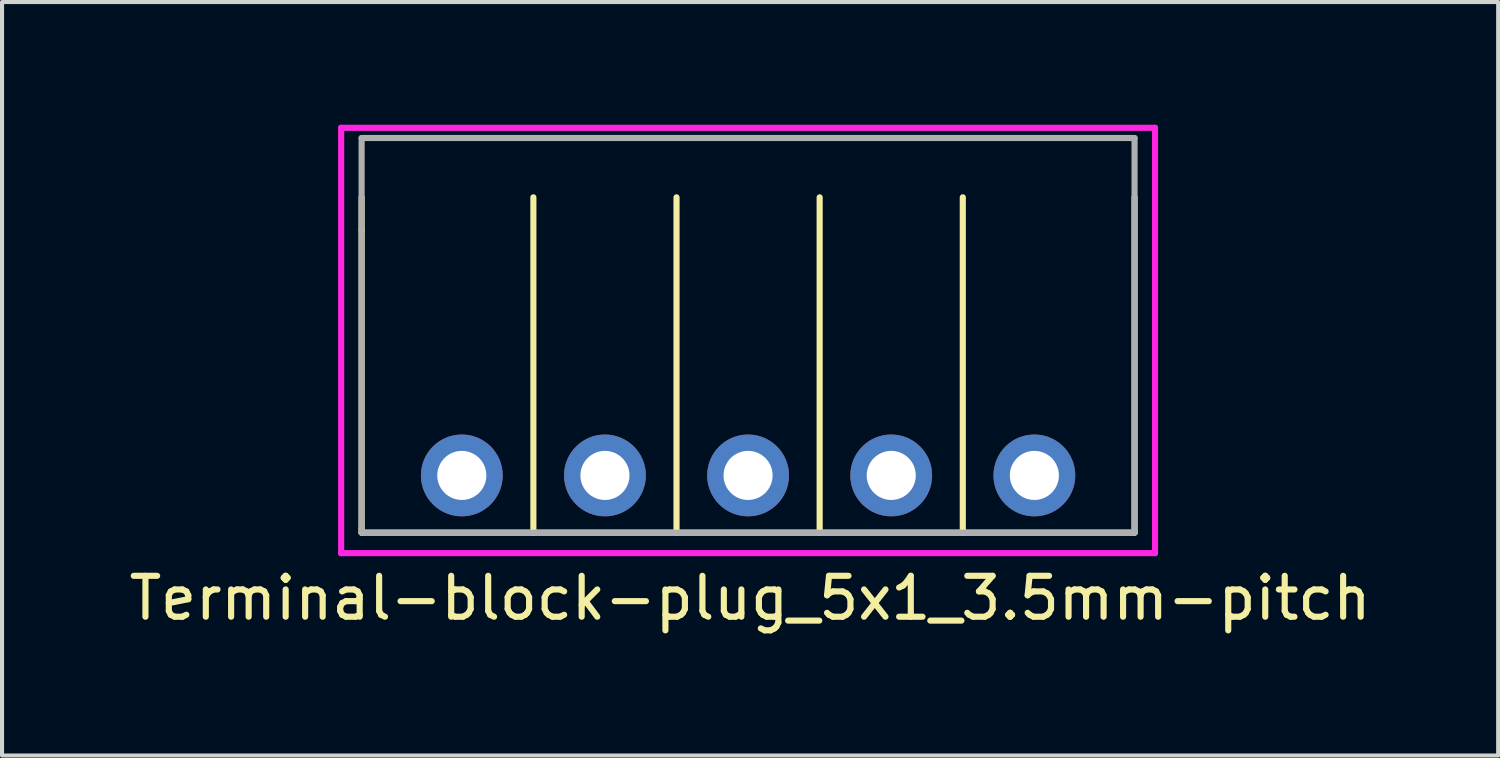
<source format=kicad_pcb>
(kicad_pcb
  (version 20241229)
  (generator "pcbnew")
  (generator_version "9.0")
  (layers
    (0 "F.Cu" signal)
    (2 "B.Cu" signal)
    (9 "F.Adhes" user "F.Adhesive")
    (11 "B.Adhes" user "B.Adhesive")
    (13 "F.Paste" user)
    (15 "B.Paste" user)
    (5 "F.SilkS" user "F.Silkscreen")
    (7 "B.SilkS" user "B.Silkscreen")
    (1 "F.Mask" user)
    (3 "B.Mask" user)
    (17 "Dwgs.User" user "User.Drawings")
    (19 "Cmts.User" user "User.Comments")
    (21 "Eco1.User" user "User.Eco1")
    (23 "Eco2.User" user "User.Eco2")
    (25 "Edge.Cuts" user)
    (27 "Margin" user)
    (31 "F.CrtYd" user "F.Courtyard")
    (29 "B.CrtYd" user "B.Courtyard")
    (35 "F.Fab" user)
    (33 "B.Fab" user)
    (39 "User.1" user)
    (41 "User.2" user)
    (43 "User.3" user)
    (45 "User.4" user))
  (footprint "Terminal-block-plug_5x1_3.5mm-pitch"
    (layer "F.Cu")
    (at 15.242 8.575)
    (property "Reference" "Terminal-block-plug_5x1_3.5mm-pitch" (at 0.05 3 0) (layer "F.SilkS") (effects (font (size 1 1) (thickness 0.15))))
    (attr through_hole)
    (fp_line (start -9.45 -6.8) (end -9.45 -6) (stroke (width 0.15) (type solid)) (layer "F.SilkS"))
    (fp_line (start -9.45 -6) (end -9.45 1.3) (stroke (width 0.15) (type solid)) (layer "F.SilkS"))
    (fp_line (start -9.45 1.3) (end -9.45 1.4) (stroke (width 0.15) (type solid)) (layer "F.SilkS"))
    (fp_line (start -9.45 1.4) (end 9.45 1.4) (stroke (width 0.15) (type solid)) (layer "F.SilkS"))
    (fp_line (start -5.25 1.4) (end -5.25 -6.8) (stroke (width 0.15) (type solid)) (layer "F.SilkS"))
    (fp_line (start -1.75 1.4) (end -1.75 -6.8) (stroke (width 0.15) (type solid)) (layer "F.SilkS"))
    (fp_line (start 1.75 1.4) (end 1.75 -6.8) (stroke (width 0.15) (type solid)) (layer "F.SilkS"))
    (fp_line (start 5.25 1.4) (end 5.25 -6.8) (stroke (width 0.15) (type solid)) (layer "F.SilkS"))
    (fp_line (start 9.45 1.4) (end 9.45 -6.8) (stroke (width 0.15) (type solid)) (layer "F.SilkS"))
    (fp_line (start -9.95 -8.5) (end 9.95 -8.5) (stroke (width 0.15) (type solid)) (layer "F.CrtYd"))
    (fp_line (start -9.95 1.9) (end -9.95 -8.5) (stroke (width 0.15) (type solid)) (layer "F.CrtYd"))
    (fp_line (start -9.95 1.9) (end 9.95 1.9) (stroke (width 0.15) (type solid)) (layer "F.CrtYd"))
    (fp_line (start 9.95 -8.5) (end 9.95 1.9) (stroke (width 0.15) (type solid)) (layer "F.CrtYd"))
    (fp_line (start -9.45 -8.25) (end 9.45 -8.25) (stroke (width 0.15) (type solid)) (layer "F.Fab"))
    (fp_line (start -9.45 1.4) (end -9.45 -8.25) (stroke (width 0.15) (type solid)) (layer "F.Fab"))
    (fp_line (start 9.45 -8.25) (end 9.45 1.4) (stroke (width 0.15) (type solid)) (layer "F.Fab"))
    (fp_line (start 9.45 1.4) (end -9.45 1.4) (stroke (width 0.15) (type solid)) (layer "F.Fab"))
    (pad "1" thru_hole circle (at -7 0) (size 2 2) (drill 1.2) (layers "*.Cu" "*.Mask"))
    (pad "2" thru_hole circle (at -3.5 0) (size 2 2) (drill 1.2) (layers "*.Cu" "*.Mask"))
    (pad "3" thru_hole circle (at 0 0) (size 2 2) (drill 1.2) (layers "*.Cu" "*.Mask"))
    (pad "4" thru_hole circle (at 3.5 0) (size 2 2) (drill 1.2) (layers "*.Cu" "*.Mask"))
    (pad "5" thru_hole circle (at 7 0) (size 2 2) (drill 1.2) (layers "*.Cu" "*.Mask")))
  (gr_rect
    (start -3 -3)
    (end 33.583 15.423)
    (stroke (width 0.1) (type default))
    (fill no)
    (layer "Edge.Cuts")))
</source>
